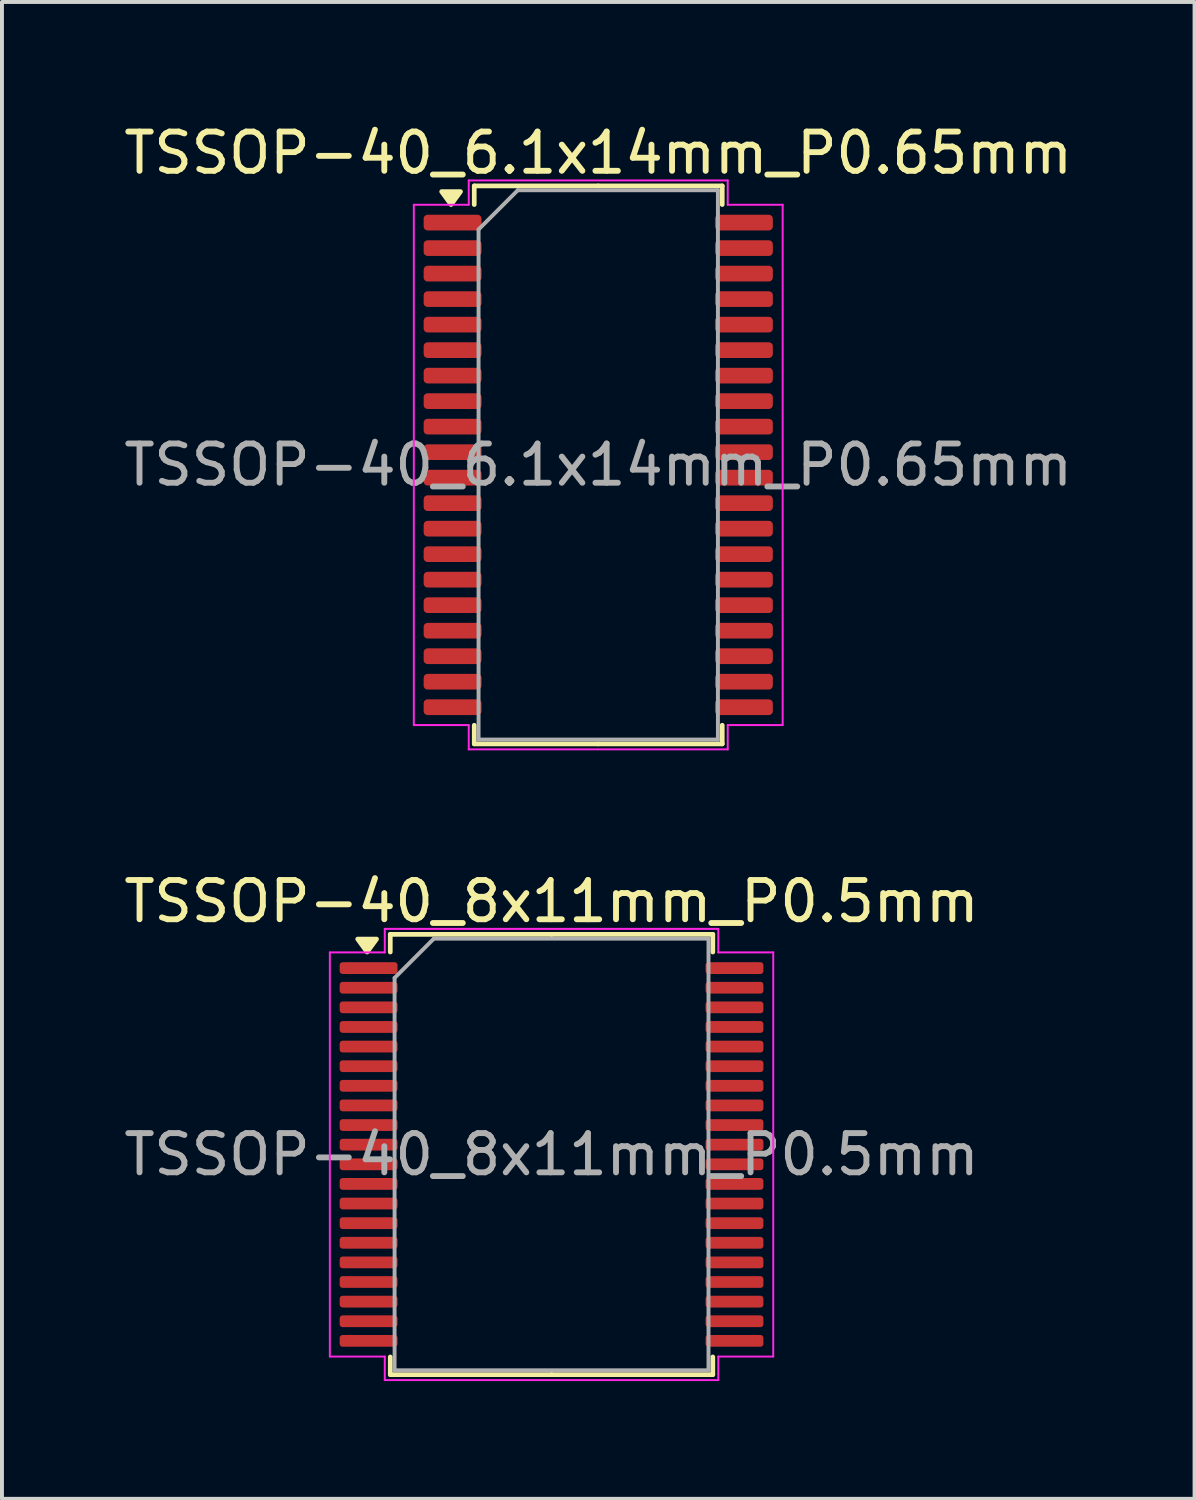
<source format=kicad_pcb>
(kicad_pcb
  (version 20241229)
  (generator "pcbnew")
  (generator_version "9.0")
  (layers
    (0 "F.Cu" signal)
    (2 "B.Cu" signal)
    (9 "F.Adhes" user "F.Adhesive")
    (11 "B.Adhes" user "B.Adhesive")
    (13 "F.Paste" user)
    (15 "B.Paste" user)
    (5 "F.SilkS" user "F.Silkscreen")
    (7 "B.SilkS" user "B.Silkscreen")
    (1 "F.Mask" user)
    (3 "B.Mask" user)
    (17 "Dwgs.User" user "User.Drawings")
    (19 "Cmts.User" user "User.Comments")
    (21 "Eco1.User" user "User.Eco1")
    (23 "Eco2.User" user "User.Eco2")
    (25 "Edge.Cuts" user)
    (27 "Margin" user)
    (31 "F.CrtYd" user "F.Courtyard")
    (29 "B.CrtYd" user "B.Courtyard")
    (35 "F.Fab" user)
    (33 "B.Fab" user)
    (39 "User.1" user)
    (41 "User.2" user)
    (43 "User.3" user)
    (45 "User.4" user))
  (footprint "TSSOP-40_8x11mm_P0.5mm"
    (layer "F.Cu")
    (at 11.006 26.372)
    (property "Reference" "TSSOP-40_8x11mm_P0.5mm" (at 0 -6.45 0) (layer "F.SilkS") (effects (font (size 1 1) (thickness 0.15))))
    (attr smd)
    (fp_line (start -4.11 -5.61) (end -4.11 -5.16) (stroke (width 0.12) (type solid)) (layer "F.SilkS"))
    (fp_line (start -4.11 5.61) (end -4.11 5.16) (stroke (width 0.12) (type solid)) (layer "F.SilkS"))
    (fp_line (start 0 -5.61) (end -4.11 -5.61) (stroke (width 0.12) (type solid)) (layer "F.SilkS"))
    (fp_line (start 0 -5.61) (end 4.11 -5.61) (stroke (width 0.12) (type solid)) (layer "F.SilkS"))
    (fp_line (start 0 5.61) (end -4.11 5.61) (stroke (width 0.12) (type solid)) (layer "F.SilkS"))
    (fp_line (start 0 5.61) (end 4.11 5.61) (stroke (width 0.12) (type solid)) (layer "F.SilkS"))
    (fp_line (start 4.11 -5.61) (end 4.11 -5.16) (stroke (width 0.12) (type solid)) (layer "F.SilkS"))
    (fp_line (start 4.11 5.61) (end 4.11 5.16) (stroke (width 0.12) (type solid)) (layer "F.SilkS"))
    (fp_poly (pts (xy -4.7 -5.16) (xy -4.94 -5.49) (xy -4.46 -5.49)) (stroke (width 0.12) (type solid)) (fill yes) (layer "F.SilkS"))
    (fp_line (start -5.65 -5.15) (end -4.25 -5.15) (stroke (width 0.05) (type solid)) (layer "F.CrtYd"))
    (fp_line (start -5.65 5.15) (end -5.65 -5.15) (stroke (width 0.05) (type solid)) (layer "F.CrtYd"))
    (fp_line (start -4.25 -5.75) (end 4.25 -5.75) (stroke (width 0.05) (type solid)) (layer "F.CrtYd"))
    (fp_line (start -4.25 -5.15) (end -4.25 -5.75) (stroke (width 0.05) (type solid)) (layer "F.CrtYd"))
    (fp_line (start -4.25 5.15) (end -5.65 5.15) (stroke (width 0.05) (type solid)) (layer "F.CrtYd"))
    (fp_line (start -4.25 5.75) (end -4.25 5.15) (stroke (width 0.05) (type solid)) (layer "F.CrtYd"))
    (fp_line (start 4.25 -5.75) (end 4.25 -5.15) (stroke (width 0.05) (type solid)) (layer "F.CrtYd"))
    (fp_line (start 4.25 -5.15) (end 5.65 -5.15) (stroke (width 0.05) (type solid)) (layer "F.CrtYd"))
    (fp_line (start 4.25 5.15) (end 4.25 5.75) (stroke (width 0.05) (type solid)) (layer "F.CrtYd"))
    (fp_line (start 4.25 5.75) (end -4.25 5.75) (stroke (width 0.05) (type solid)) (layer "F.CrtYd"))
    (fp_line (start 5.65 -5.15) (end 5.65 5.15) (stroke (width 0.05) (type solid)) (layer "F.CrtYd"))
    (fp_line (start 5.65 5.15) (end 4.25 5.15) (stroke (width 0.05) (type solid)) (layer "F.CrtYd"))
    (fp_line (start -4 -4.5) (end -3 -5.5) (stroke (width 0.1) (type solid)) (layer "F.Fab"))
    (fp_line (start -4 5.5) (end -4 -4.5) (stroke (width 0.1) (type solid)) (layer "F.Fab"))
    (fp_line (start -3 -5.5) (end 4 -5.5) (stroke (width 0.1) (type solid)) (layer "F.Fab"))
    (fp_line (start 4 -5.5) (end 4 5.5) (stroke (width 0.1) (type solid)) (layer "F.Fab"))
    (fp_line (start 4 5.5) (end -4 5.5) (stroke (width 0.1) (type solid)) (layer "F.Fab"))
    (fp_text user "${REFERENCE}" (at 0 0 0) (layer "F.Fab") (effects (font (size 1 1) (thickness 0.15))))
    (pad "1" smd roundrect (at -4.662 -4.75) (size 1.475 0.3) (layers "F.Cu" "F.Mask" "F.Paste") (roundrect_rratio 0.25))
    (pad "2" smd roundrect (at -4.662 -4.25) (size 1.475 0.3) (layers "F.Cu" "F.Mask" "F.Paste") (roundrect_rratio 0.25))
    (pad "3" smd roundrect (at -4.662 -3.75) (size 1.475 0.3) (layers "F.Cu" "F.Mask" "F.Paste") (roundrect_rratio 0.25))
    (pad "4" smd roundrect (at -4.662 -3.25) (size 1.475 0.3) (layers "F.Cu" "F.Mask" "F.Paste") (roundrect_rratio 0.25))
    (pad "5" smd roundrect (at -4.662 -2.75) (size 1.475 0.3) (layers "F.Cu" "F.Mask" "F.Paste") (roundrect_rratio 0.25))
    (pad "6" smd roundrect (at -4.662 -2.25) (size 1.475 0.3) (layers "F.Cu" "F.Mask" "F.Paste") (roundrect_rratio 0.25))
    (pad "7" smd roundrect (at -4.662 -1.75) (size 1.475 0.3) (layers "F.Cu" "F.Mask" "F.Paste") (roundrect_rratio 0.25))
    (pad "8" smd roundrect (at -4.662 -1.25) (size 1.475 0.3) (layers "F.Cu" "F.Mask" "F.Paste") (roundrect_rratio 0.25))
    (pad "9" smd roundrect (at -4.662 -0.75) (size 1.475 0.3) (layers "F.Cu" "F.Mask" "F.Paste") (roundrect_rratio 0.25))
    (pad "10" smd roundrect (at -4.662 -0.25) (size 1.475 0.3) (layers "F.Cu" "F.Mask" "F.Paste") (roundrect_rratio 0.25))
    (pad "11" smd roundrect (at -4.662 0.25) (size 1.475 0.3) (layers "F.Cu" "F.Mask" "F.Paste") (roundrect_rratio 0.25))
    (pad "12" smd roundrect (at -4.662 0.75) (size 1.475 0.3) (layers "F.Cu" "F.Mask" "F.Paste") (roundrect_rratio 0.25))
    (pad "13" smd roundrect (at -4.662 1.25) (size 1.475 0.3) (layers "F.Cu" "F.Mask" "F.Paste") (roundrect_rratio 0.25))
    (pad "14" smd roundrect (at -4.662 1.75) (size 1.475 0.3) (layers "F.Cu" "F.Mask" "F.Paste") (roundrect_rratio 0.25))
    (pad "15" smd roundrect (at -4.662 2.25) (size 1.475 0.3) (layers "F.Cu" "F.Mask" "F.Paste") (roundrect_rratio 0.25))
    (pad "16" smd roundrect (at -4.662 2.75) (size 1.475 0.3) (layers "F.Cu" "F.Mask" "F.Paste") (roundrect_rratio 0.25))
    (pad "17" smd roundrect (at -4.662 3.25) (size 1.475 0.3) (layers "F.Cu" "F.Mask" "F.Paste") (roundrect_rratio 0.25))
    (pad "18" smd roundrect (at -4.662 3.75) (size 1.475 0.3) (layers "F.Cu" "F.Mask" "F.Paste") (roundrect_rratio 0.25))
    (pad "19" smd roundrect (at -4.662 4.25) (size 1.475 0.3) (layers "F.Cu" "F.Mask" "F.Paste") (roundrect_rratio 0.25))
    (pad "20" smd roundrect (at -4.662 4.75) (size 1.475 0.3) (layers "F.Cu" "F.Mask" "F.Paste") (roundrect_rratio 0.25))
    (pad "21" smd roundrect (at 4.662 4.75) (size 1.475 0.3) (layers "F.Cu" "F.Mask" "F.Paste") (roundrect_rratio 0.25))
    (pad "22" smd roundrect (at 4.662 4.25) (size 1.475 0.3) (layers "F.Cu" "F.Mask" "F.Paste") (roundrect_rratio 0.25))
    (pad "23" smd roundrect (at 4.662 3.75) (size 1.475 0.3) (layers "F.Cu" "F.Mask" "F.Paste") (roundrect_rratio 0.25))
    (pad "24" smd roundrect (at 4.662 3.25) (size 1.475 0.3) (layers "F.Cu" "F.Mask" "F.Paste") (roundrect_rratio 0.25))
    (pad "25" smd roundrect (at 4.662 2.75) (size 1.475 0.3) (layers "F.Cu" "F.Mask" "F.Paste") (roundrect_rratio 0.25))
    (pad "26" smd roundrect (at 4.662 2.25) (size 1.475 0.3) (layers "F.Cu" "F.Mask" "F.Paste") (roundrect_rratio 0.25))
    (pad "27" smd roundrect (at 4.662 1.75) (size 1.475 0.3) (layers "F.Cu" "F.Mask" "F.Paste") (roundrect_rratio 0.25))
    (pad "28" smd roundrect (at 4.662 1.25) (size 1.475 0.3) (layers "F.Cu" "F.Mask" "F.Paste") (roundrect_rratio 0.25))
    (pad "29" smd roundrect (at 4.662 0.75) (size 1.475 0.3) (layers "F.Cu" "F.Mask" "F.Paste") (roundrect_rratio 0.25))
    (pad "30" smd roundrect (at 4.662 0.25) (size 1.475 0.3) (layers "F.Cu" "F.Mask" "F.Paste") (roundrect_rratio 0.25))
    (pad "31" smd roundrect (at 4.662 -0.25) (size 1.475 0.3) (layers "F.Cu" "F.Mask" "F.Paste") (roundrect_rratio 0.25))
    (pad "32" smd roundrect (at 4.662 -0.75) (size 1.475 0.3) (layers "F.Cu" "F.Mask" "F.Paste") (roundrect_rratio 0.25))
    (pad "33" smd roundrect (at 4.662 -1.25) (size 1.475 0.3) (layers "F.Cu" "F.Mask" "F.Paste") (roundrect_rratio 0.25))
    (pad "34" smd roundrect (at 4.662 -1.75) (size 1.475 0.3) (layers "F.Cu" "F.Mask" "F.Paste") (roundrect_rratio 0.25))
    (pad "35" smd roundrect (at 4.662 -2.25) (size 1.475 0.3) (layers "F.Cu" "F.Mask" "F.Paste") (roundrect_rratio 0.25))
    (pad "36" smd roundrect (at 4.662 -2.75) (size 1.475 0.3) (layers "F.Cu" "F.Mask" "F.Paste") (roundrect_rratio 0.25))
    (pad "37" smd roundrect (at 4.662 -3.25) (size 1.475 0.3) (layers "F.Cu" "F.Mask" "F.Paste") (roundrect_rratio 0.25))
    (pad "38" smd roundrect (at 4.662 -3.75) (size 1.475 0.3) (layers "F.Cu" "F.Mask" "F.Paste") (roundrect_rratio 0.25))
    (pad "39" smd roundrect (at 4.662 -4.25) (size 1.475 0.3) (layers "F.Cu" "F.Mask" "F.Paste") (roundrect_rratio 0.25))
    (pad "40" smd roundrect (at 4.662 -4.75) (size 1.475 0.3) (layers "F.Cu" "F.Mask" "F.Paste") (roundrect_rratio 0.25)))
  (footprint "TSSOP-40_6.1x14mm_P0.65mm"
    (layer "F.Cu")
    (at 12.196 8.798)
    (property "Reference" "TSSOP-40_6.1x14mm_P0.65mm" (at 0 -7.95 0) (layer "F.SilkS") (effects (font (size 1 1) (thickness 0.15))))
    (attr smd)
    (fp_line (start -3.16 -7.11) (end -3.16 -6.635) (stroke (width 0.12) (type solid)) (layer "F.SilkS"))
    (fp_line (start -3.16 7.11) (end -3.16 6.635) (stroke (width 0.12) (type solid)) (layer "F.SilkS"))
    (fp_line (start 0 -7.11) (end -3.16 -7.11) (stroke (width 0.12) (type solid)) (layer "F.SilkS"))
    (fp_line (start 0 -7.11) (end 3.16 -7.11) (stroke (width 0.12) (type solid)) (layer "F.SilkS"))
    (fp_line (start 0 7.11) (end -3.16 7.11) (stroke (width 0.12) (type solid)) (layer "F.SilkS"))
    (fp_line (start 0 7.11) (end 3.16 7.11) (stroke (width 0.12) (type solid)) (layer "F.SilkS"))
    (fp_line (start 3.16 -7.11) (end 3.16 -6.635) (stroke (width 0.12) (type solid)) (layer "F.SilkS"))
    (fp_line (start 3.16 7.11) (end 3.16 6.635) (stroke (width 0.12) (type solid)) (layer "F.SilkS"))
    (fp_poly (pts (xy -3.75 -6.635) (xy -3.99 -6.965) (xy -3.51 -6.965)) (stroke (width 0.12) (type solid)) (fill yes) (layer "F.SilkS"))
    (fp_line (start -4.7 -6.63) (end -3.3 -6.63) (stroke (width 0.05) (type solid)) (layer "F.CrtYd"))
    (fp_line (start -4.7 6.63) (end -4.7 -6.63) (stroke (width 0.05) (type solid)) (layer "F.CrtYd"))
    (fp_line (start -3.3 -7.25) (end 3.3 -7.25) (stroke (width 0.05) (type solid)) (layer "F.CrtYd"))
    (fp_line (start -3.3 -6.63) (end -3.3 -7.25) (stroke (width 0.05) (type solid)) (layer "F.CrtYd"))
    (fp_line (start -3.3 6.63) (end -4.7 6.63) (stroke (width 0.05) (type solid)) (layer "F.CrtYd"))
    (fp_line (start -3.3 7.25) (end -3.3 6.63) (stroke (width 0.05) (type solid)) (layer "F.CrtYd"))
    (fp_line (start 3.3 -7.25) (end 3.3 -6.63) (stroke (width 0.05) (type solid)) (layer "F.CrtYd"))
    (fp_line (start 3.3 -6.63) (end 4.7 -6.63) (stroke (width 0.05) (type solid)) (layer "F.CrtYd"))
    (fp_line (start 3.3 6.63) (end 3.3 7.25) (stroke (width 0.05) (type solid)) (layer "F.CrtYd"))
    (fp_line (start 3.3 7.25) (end -3.3 7.25) (stroke (width 0.05) (type solid)) (layer "F.CrtYd"))
    (fp_line (start 4.7 -6.63) (end 4.7 6.63) (stroke (width 0.05) (type solid)) (layer "F.CrtYd"))
    (fp_line (start 4.7 6.63) (end 3.3 6.63) (stroke (width 0.05) (type solid)) (layer "F.CrtYd"))
    (fp_line (start -3.05 -6) (end -2.05 -7) (stroke (width 0.1) (type solid)) (layer "F.Fab"))
    (fp_line (start -3.05 7) (end -3.05 -6) (stroke (width 0.1) (type solid)) (layer "F.Fab"))
    (fp_line (start -2.05 -7) (end 3.05 -7) (stroke (width 0.1) (type solid)) (layer "F.Fab"))
    (fp_line (start 3.05 -7) (end 3.05 7) (stroke (width 0.1) (type solid)) (layer "F.Fab"))
    (fp_line (start 3.05 7) (end -3.05 7) (stroke (width 0.1) (type solid)) (layer "F.Fab"))
    (fp_text user "${REFERENCE}" (at 0 0 0) (layer "F.Fab") (effects (font (size 1 1) (thickness 0.15))))
    (pad "1" smd roundrect (at -3.712 -6.175) (size 1.475 0.4) (layers "F.Cu" "F.Mask" "F.Paste") (roundrect_rratio 0.25))
    (pad "2" smd roundrect (at -3.712 -5.525) (size 1.475 0.4) (layers "F.Cu" "F.Mask" "F.Paste") (roundrect_rratio 0.25))
    (pad "3" smd roundrect (at -3.712 -4.875) (size 1.475 0.4) (layers "F.Cu" "F.Mask" "F.Paste") (roundrect_rratio 0.25))
    (pad "4" smd roundrect (at -3.712 -4.225) (size 1.475 0.4) (layers "F.Cu" "F.Mask" "F.Paste") (roundrect_rratio 0.25))
    (pad "5" smd roundrect (at -3.712 -3.575) (size 1.475 0.4) (layers "F.Cu" "F.Mask" "F.Paste") (roundrect_rratio 0.25))
    (pad "6" smd roundrect (at -3.712 -2.925) (size 1.475 0.4) (layers "F.Cu" "F.Mask" "F.Paste") (roundrect_rratio 0.25))
    (pad "7" smd roundrect (at -3.712 -2.275) (size 1.475 0.4) (layers "F.Cu" "F.Mask" "F.Paste") (roundrect_rratio 0.25))
    (pad "8" smd roundrect (at -3.712 -1.625) (size 1.475 0.4) (layers "F.Cu" "F.Mask" "F.Paste") (roundrect_rratio 0.25))
    (pad "9" smd roundrect (at -3.712 -0.975) (size 1.475 0.4) (layers "F.Cu" "F.Mask" "F.Paste") (roundrect_rratio 0.25))
    (pad "10" smd roundrect (at -3.712 -0.325) (size 1.475 0.4) (layers "F.Cu" "F.Mask" "F.Paste") (roundrect_rratio 0.25))
    (pad "11" smd roundrect (at -3.712 0.325) (size 1.475 0.4) (layers "F.Cu" "F.Mask" "F.Paste") (roundrect_rratio 0.25))
    (pad "12" smd roundrect (at -3.712 0.975) (size 1.475 0.4) (layers "F.Cu" "F.Mask" "F.Paste") (roundrect_rratio 0.25))
    (pad "13" smd roundrect (at -3.712 1.625) (size 1.475 0.4) (layers "F.Cu" "F.Mask" "F.Paste") (roundrect_rratio 0.25))
    (pad "14" smd roundrect (at -3.712 2.275) (size 1.475 0.4) (layers "F.Cu" "F.Mask" "F.Paste") (roundrect_rratio 0.25))
    (pad "15" smd roundrect (at -3.712 2.925) (size 1.475 0.4) (layers "F.Cu" "F.Mask" "F.Paste") (roundrect_rratio 0.25))
    (pad "16" smd roundrect (at -3.712 3.575) (size 1.475 0.4) (layers "F.Cu" "F.Mask" "F.Paste") (roundrect_rratio 0.25))
    (pad "17" smd roundrect (at -3.712 4.225) (size 1.475 0.4) (layers "F.Cu" "F.Mask" "F.Paste") (roundrect_rratio 0.25))
    (pad "18" smd roundrect (at -3.712 4.875) (size 1.475 0.4) (layers "F.Cu" "F.Mask" "F.Paste") (roundrect_rratio 0.25))
    (pad "19" smd roundrect (at -3.712 5.525) (size 1.475 0.4) (layers "F.Cu" "F.Mask" "F.Paste") (roundrect_rratio 0.25))
    (pad "20" smd roundrect (at -3.712 6.175) (size 1.475 0.4) (layers "F.Cu" "F.Mask" "F.Paste") (roundrect_rratio 0.25))
    (pad "21" smd roundrect (at 3.712 6.175) (size 1.475 0.4) (layers "F.Cu" "F.Mask" "F.Paste") (roundrect_rratio 0.25))
    (pad "22" smd roundrect (at 3.712 5.525) (size 1.475 0.4) (layers "F.Cu" "F.Mask" "F.Paste") (roundrect_rratio 0.25))
    (pad "23" smd roundrect (at 3.712 4.875) (size 1.475 0.4) (layers "F.Cu" "F.Mask" "F.Paste") (roundrect_rratio 0.25))
    (pad "24" smd roundrect (at 3.712 4.225) (size 1.475 0.4) (layers "F.Cu" "F.Mask" "F.Paste") (roundrect_rratio 0.25))
    (pad "25" smd roundrect (at 3.712 3.575) (size 1.475 0.4) (layers "F.Cu" "F.Mask" "F.Paste") (roundrect_rratio 0.25))
    (pad "26" smd roundrect (at 3.712 2.925) (size 1.475 0.4) (layers "F.Cu" "F.Mask" "F.Paste") (roundrect_rratio 0.25))
    (pad "27" smd roundrect (at 3.712 2.275) (size 1.475 0.4) (layers "F.Cu" "F.Mask" "F.Paste") (roundrect_rratio 0.25))
    (pad "28" smd roundrect (at 3.712 1.625) (size 1.475 0.4) (layers "F.Cu" "F.Mask" "F.Paste") (roundrect_rratio 0.25))
    (pad "29" smd roundrect (at 3.712 0.975) (size 1.475 0.4) (layers "F.Cu" "F.Mask" "F.Paste") (roundrect_rratio 0.25))
    (pad "30" smd roundrect (at 3.712 0.325) (size 1.475 0.4) (layers "F.Cu" "F.Mask" "F.Paste") (roundrect_rratio 0.25))
    (pad "31" smd roundrect (at 3.712 -0.325) (size 1.475 0.4) (layers "F.Cu" "F.Mask" "F.Paste") (roundrect_rratio 0.25))
    (pad "32" smd roundrect (at 3.712 -0.975) (size 1.475 0.4) (layers "F.Cu" "F.Mask" "F.Paste") (roundrect_rratio 0.25))
    (pad "33" smd roundrect (at 3.712 -1.625) (size 1.475 0.4) (layers "F.Cu" "F.Mask" "F.Paste") (roundrect_rratio 0.25))
    (pad "34" smd roundrect (at 3.712 -2.275) (size 1.475 0.4) (layers "F.Cu" "F.Mask" "F.Paste") (roundrect_rratio 0.25))
    (pad "35" smd roundrect (at 3.712 -2.925) (size 1.475 0.4) (layers "F.Cu" "F.Mask" "F.Paste") (roundrect_rratio 0.25))
    (pad "36" smd roundrect (at 3.712 -3.575) (size 1.475 0.4) (layers "F.Cu" "F.Mask" "F.Paste") (roundrect_rratio 0.25))
    (pad "37" smd roundrect (at 3.712 -4.225) (size 1.475 0.4) (layers "F.Cu" "F.Mask" "F.Paste") (roundrect_rratio 0.25))
    (pad "38" smd roundrect (at 3.712 -4.875) (size 1.475 0.4) (layers "F.Cu" "F.Mask" "F.Paste") (roundrect_rratio 0.25))
    (pad "39" smd roundrect (at 3.712 -5.525) (size 1.475 0.4) (layers "F.Cu" "F.Mask" "F.Paste") (roundrect_rratio 0.25))
    (pad "40" smd roundrect (at 3.712 -6.175) (size 1.475 0.4) (layers "F.Cu" "F.Mask" "F.Paste") (roundrect_rratio 0.25)))
  (gr_rect
    (start -3 -3)
    (end 27.393 35.147)
    (stroke (width 0.1) (type default))
    (fill no)
    (layer "Edge.Cuts")))
</source>
